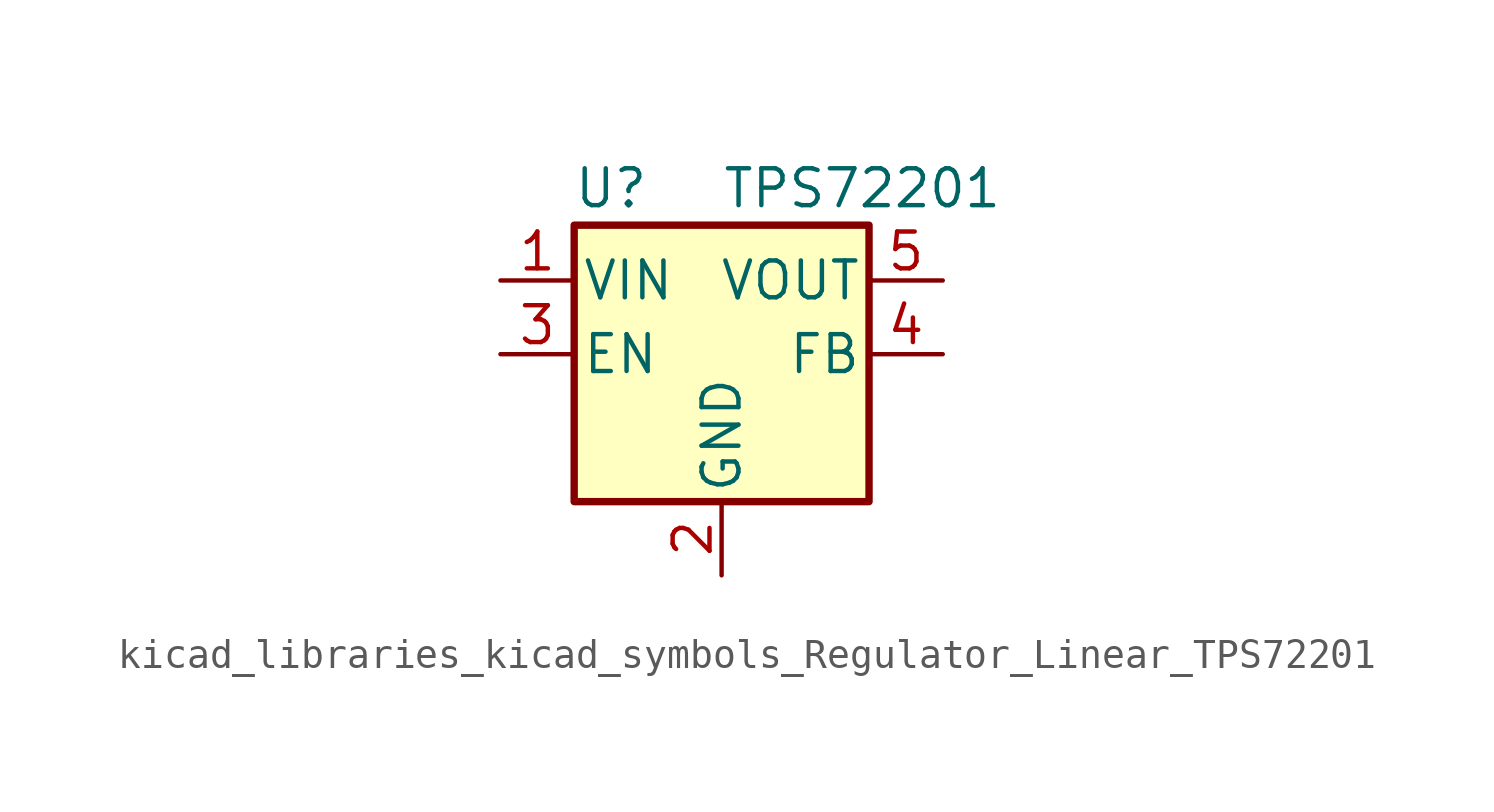
<source format=kicad_sym>
(kicad_symbol_lib
  (version 20220914)
  (generator kicad_symbol_editor)
  (symbol "kicad_libraries_kicad_symbols_Regulator_Linear_TPS72201"
    (pin_names
      (offset 0.254))
    (property "Reference" "U"
      (at -3.81 5.715 0)
      (effects (font (size 1.27 1.27))))
    (property "Value" "TPS72201"
      (at 0 5.715 0)
      (effects (font (size 1.27 1.27)) (justify left)))
    (symbol "kicad_libraries_kicad_symbols_Regulator_Linear_TPS72201_0_1"
      (rectangle (start -5.08 4.445) (end 5.08 -5.08) (stroke (width 0.254) (type default)) (fill (type background))))
    (symbol "kicad_libraries_kicad_symbols_Regulator_Linear_TPS72201_1_1"
      (pin power_in line (at -7.62 2.54 0) (length 2.54) (name "VIN" (effects (font (size 1.27 1.27)))) (number "1" (effects (font (size 1.27 1.27)))))
      (pin power_in line (at 0 -7.62 90) (length 2.54) (name "GND" (effects (font (size 1.27 1.27)))) (number "2" (effects (font (size 1.27 1.27)))))
      (pin input line (at -7.62 0 0) (length 2.54) (name "EN" (effects (font (size 1.27 1.27)))) (number "3" (effects (font (size 1.27 1.27)))))
      (pin input line (at 7.62 0 180) (length 2.54) (name "FB" (effects (font (size 1.27 1.27)))) (number "4" (effects (font (size 1.27 1.27)))))
      (pin power_out line (at 7.62 2.54 180) (length 2.54) (name "VOUT" (effects (font (size 1.27 1.27)))) (number "5" (effects (font (size 1.27 1.27))))))))
</source>
